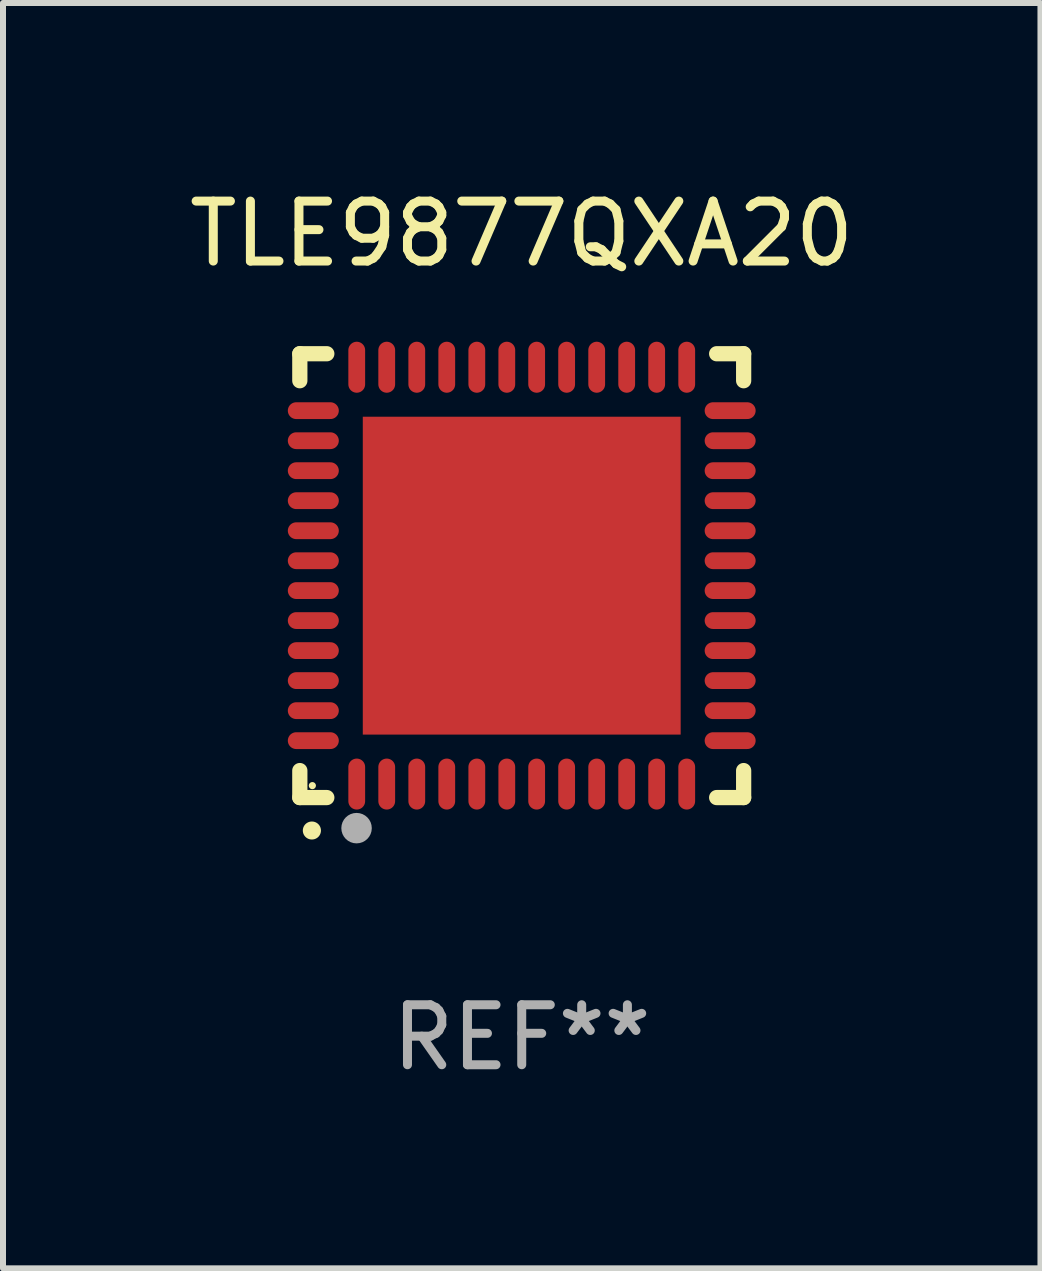
<source format=kicad_pcb>
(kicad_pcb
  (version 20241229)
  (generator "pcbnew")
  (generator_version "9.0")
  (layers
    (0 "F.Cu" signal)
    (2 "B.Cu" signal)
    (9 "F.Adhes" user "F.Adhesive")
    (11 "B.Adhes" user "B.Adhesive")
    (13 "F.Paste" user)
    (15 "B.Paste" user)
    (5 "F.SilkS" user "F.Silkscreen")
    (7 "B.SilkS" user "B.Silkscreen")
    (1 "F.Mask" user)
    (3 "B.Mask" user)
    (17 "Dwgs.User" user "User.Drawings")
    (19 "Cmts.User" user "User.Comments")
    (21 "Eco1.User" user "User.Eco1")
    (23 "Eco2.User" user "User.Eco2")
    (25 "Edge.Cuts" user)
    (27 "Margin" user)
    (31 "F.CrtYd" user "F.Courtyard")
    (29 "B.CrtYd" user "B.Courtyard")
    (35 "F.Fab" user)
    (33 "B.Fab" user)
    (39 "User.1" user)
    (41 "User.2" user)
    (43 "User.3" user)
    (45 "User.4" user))
  (footprint "TLE9877QXA20"
    (layer "F.Cu")
    (at 5.649 6.548)
    (property "Reference" "TLE9877QXA20" (at 0 -5.7 0) (layer "F.SilkS") (effects (font (size 1 1) (thickness 0.15))))
    (attr through_hole)
    (fp_line (start -3.7 -3.7) (end -3.25 -3.7) (stroke (width 0.254) (type solid)) (layer "F.SilkS"))
    (fp_line (start -3.7 -3.25) (end -3.7 -3.7) (stroke (width 0.254) (type solid)) (layer "F.SilkS"))
    (fp_line (start -3.7 3.7) (end -3.7 3.25) (stroke (width 0.254) (type solid)) (layer "F.SilkS"))
    (fp_line (start -3.25 3.7) (end -3.7 3.7) (stroke (width 0.254) (type solid)) (layer "F.SilkS"))
    (fp_line (start 3.25 3.7) (end 3.7 3.7) (stroke (width 0.254) (type solid)) (layer "F.SilkS"))
    (fp_line (start 3.7 -3.7) (end 3.25 -3.7) (stroke (width 0.254) (type solid)) (layer "F.SilkS"))
    (fp_line (start 3.7 -3.25) (end 3.7 -3.7) (stroke (width 0.254) (type solid)) (layer "F.SilkS"))
    (fp_line (start 3.7 3.7) (end 3.7 3.25) (stroke (width 0.254) (type solid)) (layer "F.SilkS"))
    (fp_arc (start -3.500127 4.249428) (mid -3.498857 4.249423) (end -3.497587 4.249428) (stroke (width 0.3) (type solid)) (layer "F.SilkS"))
    (fp_circle (center -3.491 3.501) (end -3.461 3.501) (stroke (width 0.06) (type solid)) (fill no) (layer "F.SilkS"))
    (fp_circle (center -2.754 4.21) (end -2.627 4.21) (stroke (width 0.254) (type solid)) (fill no) (layer "F.Fab"))
    (fp_text user "REF**" (at 0 7.7 0) (layer "F.Fab") (effects (font (size 1 1) (thickness 0.15))))
    (pad "1" smd oval (at -2.751 3.475) (size 0.28 0.85) (layers "F.Cu" "F.Mask" "F.Paste"))
    (pad "2" smd oval (at -2.251 3.475) (size 0.28 0.85) (layers "F.Cu" "F.Mask" "F.Paste"))
    (pad "3" smd oval (at -1.75 3.475) (size 0.28 0.85) (layers "F.Cu" "F.Mask" "F.Paste"))
    (pad "4" smd oval (at -1.25 3.475) (size 0.28 0.85) (layers "F.Cu" "F.Mask" "F.Paste"))
    (pad "5" smd oval (at -0.749 3.475) (size 0.28 0.85) (layers "F.Cu" "F.Mask" "F.Paste"))
    (pad "6" smd oval (at -0.249 3.475) (size 0.28 0.85) (layers "F.Cu" "F.Mask" "F.Paste"))
    (pad "7" smd oval (at 0.249 3.475) (size 0.28 0.85) (layers "F.Cu" "F.Mask" "F.Paste"))
    (pad "8" smd oval (at 0.749 3.475) (size 0.28 0.85) (layers "F.Cu" "F.Mask" "F.Paste"))
    (pad "9" smd oval (at 1.25 3.475) (size 0.28 0.85) (layers "F.Cu" "F.Mask" "F.Paste"))
    (pad "10" smd oval (at 1.75 3.475) (size 0.28 0.85) (layers "F.Cu" "F.Mask" "F.Paste"))
    (pad "11" smd oval (at 2.25 3.475) (size 0.28 0.85) (layers "F.Cu" "F.Mask" "F.Paste"))
    (pad "12" smd oval (at 2.751 3.475) (size 0.28 0.85) (layers "F.Cu" "F.Mask" "F.Paste"))
    (pad "13" smd oval (at 3.475 2.751) (size 0.85 0.28) (layers "F.Cu" "F.Mask" "F.Paste"))
    (pad "14" smd oval (at 3.475 2.251) (size 0.85 0.28) (layers "F.Cu" "F.Mask" "F.Paste"))
    (pad "15" smd oval (at 3.475 1.75) (size 0.85 0.28) (layers "F.Cu" "F.Mask" "F.Paste"))
    (pad "16" smd oval (at 3.475 1.25) (size 0.85 0.28) (layers "F.Cu" "F.Mask" "F.Paste"))
    (pad "17" smd oval (at 3.475 0.749) (size 0.85 0.28) (layers "F.Cu" "F.Mask" "F.Paste"))
    (pad "18" smd oval (at 3.475 0.249) (size 0.85 0.28) (layers "F.Cu" "F.Mask" "F.Paste"))
    (pad "19" smd oval (at 3.475 -0.249) (size 0.85 0.28) (layers "F.Cu" "F.Mask" "F.Paste"))
    (pad "20" smd oval (at 3.475 -0.749) (size 0.85 0.28) (layers "F.Cu" "F.Mask" "F.Paste"))
    (pad "21" smd oval (at 3.475 -1.25) (size 0.85 0.28) (layers "F.Cu" "F.Mask" "F.Paste"))
    (pad "22" smd oval (at 3.475 -1.75) (size 0.85 0.28) (layers "F.Cu" "F.Mask" "F.Paste"))
    (pad "23" smd oval (at 3.475 -2.25) (size 0.85 0.28) (layers "F.Cu" "F.Mask" "F.Paste"))
    (pad "24" smd oval (at 3.475 -2.751) (size 0.85 0.28) (layers "F.Cu" "F.Mask" "F.Paste"))
    (pad "25" smd oval (at 2.751 -3.475) (size 0.28 0.85) (layers "F.Cu" "F.Mask" "F.Paste"))
    (pad "26" smd oval (at 2.25 -3.475) (size 0.28 0.85) (layers "F.Cu" "F.Mask" "F.Paste"))
    (pad "27" smd oval (at 1.75 -3.475) (size 0.28 0.85) (layers "F.Cu" "F.Mask" "F.Paste"))
    (pad "28" smd oval (at 1.25 -3.475) (size 0.28 0.85) (layers "F.Cu" "F.Mask" "F.Paste"))
    (pad "29" smd oval (at 0.749 -3.475) (size 0.28 0.85) (layers "F.Cu" "F.Mask" "F.Paste"))
    (pad "30" smd oval (at 0.249 -3.475) (size 0.28 0.85) (layers "F.Cu" "F.Mask" "F.Paste"))
    (pad "31" smd oval (at -0.249 -3.475) (size 0.28 0.85) (layers "F.Cu" "F.Mask" "F.Paste"))
    (pad "32" smd oval (at -0.749 -3.475) (size 0.28 0.85) (layers "F.Cu" "F.Mask" "F.Paste"))
    (pad "33" smd oval (at -1.25 -3.475) (size 0.28 0.85) (layers "F.Cu" "F.Mask" "F.Paste"))
    (pad "34" smd oval (at -1.75 -3.475) (size 0.28 0.85) (layers "F.Cu" "F.Mask" "F.Paste"))
    (pad "35" smd oval (at -2.251 -3.475) (size 0.28 0.85) (layers "F.Cu" "F.Mask" "F.Paste"))
    (pad "36" smd oval (at -2.751 -3.475) (size 0.28 0.85) (layers "F.Cu" "F.Mask" "F.Paste"))
    (pad "37" smd oval (at -3.475 -2.751) (size 0.85 0.28) (layers "F.Cu" "F.Mask" "F.Paste"))
    (pad "38" smd oval (at -3.475 -2.25) (size 0.85 0.28) (layers "F.Cu" "F.Mask" "F.Paste"))
    (pad "39" smd oval (at -3.475 -1.75) (size 0.85 0.28) (layers "F.Cu" "F.Mask" "F.Paste"))
    (pad "40" smd oval (at -3.475 -1.25) (size 0.85 0.28) (layers "F.Cu" "F.Mask" "F.Paste"))
    (pad "41" smd oval (at -3.475 -0.749) (size 0.85 0.28) (layers "F.Cu" "F.Mask" "F.Paste"))
    (pad "42" smd oval (at -3.475 -0.249) (size 0.85 0.28) (layers "F.Cu" "F.Mask" "F.Paste"))
    (pad "43" smd oval (at -3.475 0.249) (size 0.85 0.28) (layers "F.Cu" "F.Mask" "F.Paste"))
    (pad "44" smd oval (at -3.475 0.749) (size 0.85 0.28) (layers "F.Cu" "F.Mask" "F.Paste"))
    (pad "45" smd oval (at -3.475 1.25) (size 0.85 0.28) (layers "F.Cu" "F.Mask" "F.Paste"))
    (pad "46" smd oval (at -3.475 1.75) (size 0.85 0.28) (layers "F.Cu" "F.Mask" "F.Paste"))
    (pad "47" smd oval (at -3.475 2.251) (size 0.85 0.28) (layers "F.Cu" "F.Mask" "F.Paste"))
    (pad "48" smd oval (at -3.475 2.751) (size 0.85 0.28) (layers "F.Cu" "F.Mask" "F.Paste"))
    (pad "49" smd rect (at -0.000102 0.000102) (size 5.3 5.3) (layers "F.Cu" "F.Mask" "F.Paste")))
  (gr_rect
    (start -3 -3)
    (end 14.298 18.097)
    (stroke (width 0.1) (type default))
    (fill no)
    (layer "Edge.Cuts")))
</source>
